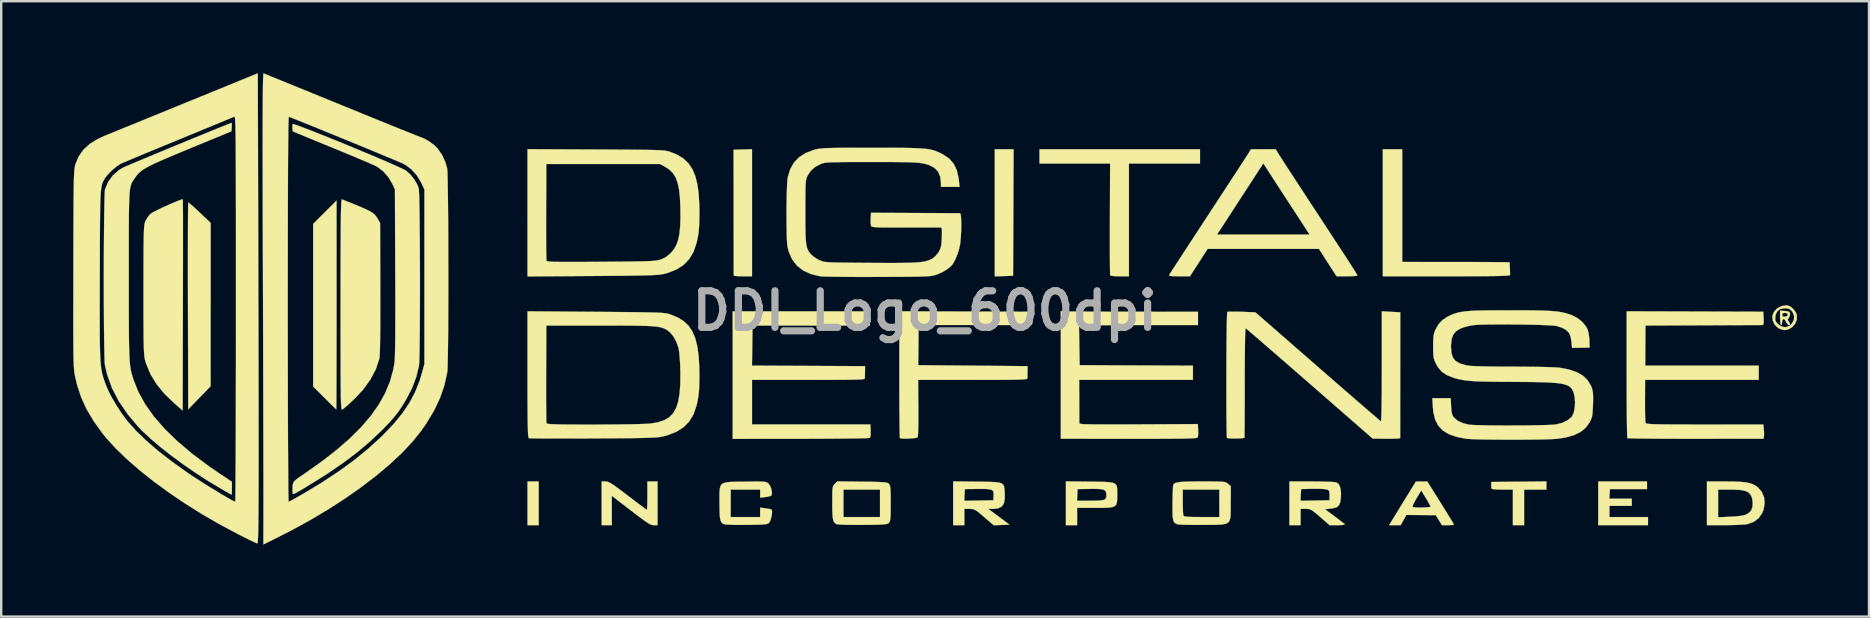
<source format=kicad_pcb>
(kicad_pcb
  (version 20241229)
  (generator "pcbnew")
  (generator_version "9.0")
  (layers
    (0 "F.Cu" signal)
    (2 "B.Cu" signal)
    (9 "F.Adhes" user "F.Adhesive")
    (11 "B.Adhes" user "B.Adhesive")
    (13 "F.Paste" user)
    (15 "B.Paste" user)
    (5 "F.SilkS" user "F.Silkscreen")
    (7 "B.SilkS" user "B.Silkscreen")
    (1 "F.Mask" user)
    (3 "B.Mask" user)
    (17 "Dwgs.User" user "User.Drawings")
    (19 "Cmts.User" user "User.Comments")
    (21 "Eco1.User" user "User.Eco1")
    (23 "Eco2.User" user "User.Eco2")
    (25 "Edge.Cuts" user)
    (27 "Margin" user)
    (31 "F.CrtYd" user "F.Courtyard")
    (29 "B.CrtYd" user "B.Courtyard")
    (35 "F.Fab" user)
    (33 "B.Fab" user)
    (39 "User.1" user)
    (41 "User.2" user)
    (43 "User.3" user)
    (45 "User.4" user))
  (footprint "DDI_Logo_600dpi"
    (layer "F.Cu")
    (at 35.485 9.902)
    (property "Reference" "DDI_Logo_600dpi" (at 0 0 0) (layer "F.Fab") (effects (font (size 1.524 1.524) (thickness 0.3))))
    (attr through_hole)
    (fp_poly (pts (xy -16.087 8.932) (xy -16.552 8.932) (xy -16.552 7.112) (xy -16.087 7.112) (xy -16.087 8.932)) (stroke (width 0.01) (type solid)) (fill yes) (layer "F.SilkS"))
    (fp_poly (pts (xy 3.693 -4.096) (xy 3.682 -1.46) (xy 3.302 -1.448) (xy 2.921 -1.436) (xy 2.921 -6.731) (xy 3.704 -6.731) (xy 3.693 -4.096)) (stroke (width 0.01) (type solid)) (fill yes) (layer "F.SilkS"))
    (fp_poly (pts (xy 30.099 7.271) (xy 30.099 7.429) (xy 28.554 7.429) (xy 28.541 7.631) (xy 28.528 7.832) (xy 29.464 7.832) (xy 29.464 8.128) (xy 28.533 8.128) (xy 28.533 8.594) (xy 30.141 8.594) (xy 30.141 8.932) (xy 28.067 8.932) (xy 28.067 7.112) (xy 30.099 7.112) (xy 30.099 7.271)) (stroke (width 0.01) (type solid)) (fill yes) (layer "F.SilkS"))
    (fp_poly (pts (xy 25.908 7.451) (xy 24.977 7.451) (xy 24.977 8.932) (xy 24.511 8.932) (xy 24.511 7.451) (xy 24.067 7.451) (xy 23.865 7.447) (xy 23.716 7.436) (xy 23.632 7.42) (xy 23.618 7.408) (xy 23.613 7.337) (xy 23.609 7.25) (xy 23.605 7.133) (xy 24.757 7.122) (xy 25.908 7.111) (xy 25.908 7.451)) (stroke (width 0.01) (type solid)) (fill yes) (layer "F.SilkS"))
    (fp_poly (pts (xy -7.197 -1.439) (xy -7.578 -1.439) (xy -7.746 -1.443) (xy -7.876 -1.451) (xy -7.949 -1.464) (xy -7.959 -1.471) (xy -7.959 -1.518) (xy -7.959 -1.642) (xy -7.96 -1.836) (xy -7.96 -2.093) (xy -7.96 -2.405) (xy -7.96 -2.765) (xy -7.961 -3.166) (xy -7.961 -3.6) (xy -7.962 -4.059) (xy -7.962 -4.106) (xy -7.964 -6.71) (xy -7.197 -6.734) (xy -7.197 -1.439)) (stroke (width 0.01) (type solid)) (fill yes) (layer "F.SilkS"))
    (fp_poly (pts (xy -24.511 -0.243) (xy -24.511 0.356) (xy -24.511 0.931) (xy -24.512 1.475) (xy -24.513 1.984) (xy -24.513 2.452) (xy -24.514 2.873) (xy -24.516 3.242) (xy -24.517 3.553) (xy -24.518 3.8) (xy -24.52 3.978) (xy -24.521 4.081) (xy -24.522 4.106) (xy -24.554 4.078) (xy -24.636 4) (xy -24.756 3.881) (xy -24.905 3.733) (xy -25.009 3.629) (xy -25.485 3.153) (xy -25.485 -3.621) (xy -24.998 -4.106) (xy -24.511 -4.592) (xy -24.511 -0.243)) (stroke (width 0.01) (type solid)) (fill yes) (layer "F.SilkS"))
    (fp_poly (pts (xy 11.472 -6.138) (xy 8.509 -6.138) (xy 8.509 -1.439) (xy 8.13 -1.439) (xy 7.96 -1.443) (xy 7.824 -1.453) (xy 7.743 -1.467) (xy 7.73 -1.474) (xy 7.726 -1.522) (xy 7.723 -1.647) (xy 7.72 -1.841) (xy 7.718 -2.095) (xy 7.716 -2.404) (xy 7.716 -2.757) (xy 7.716 -3.149) (xy 7.716 -3.57) (xy 7.717 -3.824) (xy 7.726 -6.138) (xy 6.255 -6.138) (xy 4.784 -6.138) (xy 4.784 -6.731) (xy 11.472 -6.731) (xy 11.472 -6.138)) (stroke (width 0.01) (type solid)) (fill yes) (layer "F.SilkS"))
    (fp_poly (pts (xy -30.651 -4.488) (xy -30.564 -4.417) (xy -30.439 -4.306) (xy -30.287 -4.166) (xy -30.21 -4.094) (xy -29.756 -3.662) (xy -29.758 -0.259) (xy -29.759 3.143) (xy -30.225 3.624) (xy -30.691 4.105) (xy -30.702 -0.195) (xy -30.703 -0.791) (xy -30.704 -1.363) (xy -30.704 -1.905) (xy -30.704 -2.411) (xy -30.703 -2.876) (xy -30.702 -3.295) (xy -30.701 -3.661) (xy -30.699 -3.969) (xy -30.697 -4.213) (xy -30.694 -4.388) (xy -30.691 -4.488) (xy -30.689 -4.51) (xy -30.651 -4.488)) (stroke (width 0.01) (type solid)) (fill yes) (layer "F.SilkS"))
    (fp_poly (pts (xy 19.897 -2.036) (xy 22.126 -2.034) (xy 22.552 -2.034) (xy 22.952 -2.033) (xy 23.317 -2.032) (xy 23.641 -2.03) (xy 23.915 -2.028) (xy 24.131 -2.026) (xy 24.281 -2.024) (xy 24.358 -2.022) (xy 24.367 -2.021) (xy 24.374 -1.976) (xy 24.381 -1.876) (xy 24.387 -1.747) (xy 24.391 -1.619) (xy 24.391 -1.519) (xy 24.389 -1.492) (xy 24.372 -1.481) (xy 24.318 -1.471) (xy 24.223 -1.463) (xy 24.082 -1.457) (xy 23.889 -1.451) (xy 23.639 -1.447) (xy 23.327 -1.444) (xy 22.949 -1.441) (xy 22.498 -1.44) (xy 21.969 -1.439) (xy 21.738 -1.439) (xy 19.092 -1.439) (xy 19.092 -6.731) (xy 19.897 -6.731) (xy 19.897 -2.036)) (stroke (width 0.01) (type solid)) (fill yes) (layer "F.SilkS"))
    (fp_poly (pts (xy -11.134 8.932) (xy -11.293 8.932) (xy -11.351 8.927) (xy -11.415 8.907) (xy -11.496 8.867) (xy -11.602 8.8) (xy -11.743 8.701) (xy -11.93 8.562) (xy -12.17 8.378) (xy -12.245 8.32) (xy -13.039 7.708) (xy -13.039 8.932) (xy -13.462 8.932) (xy -13.462 7.112) (xy -13.303 7.112) (xy -13.244 7.117) (xy -13.179 7.138) (xy -13.096 7.179) (xy -12.987 7.247) (xy -12.842 7.349) (xy -12.651 7.49) (xy -12.405 7.677) (xy -12.369 7.705) (xy -12.147 7.873) (xy -11.949 8.023) (xy -11.783 8.147) (xy -11.66 8.238) (xy -11.589 8.289) (xy -11.575 8.297) (xy -11.569 8.258) (xy -11.563 8.148) (xy -11.559 7.985) (xy -11.557 7.782) (xy -11.557 7.705) (xy -11.557 7.112) (xy -11.134 7.112) (xy -11.134 8.932)) (stroke (width 0.01) (type solid)) (fill yes) (layer "F.SilkS"))
    (fp_poly (pts (xy 35.846 0.008) (xy 35.97 0.022) (xy 36.033 0.05) (xy 36.058 0.104) (xy 36.061 0.12) (xy 36.045 0.23) (xy 36.008 0.292) (xy 35.965 0.358) (xy 35.984 0.42) (xy 36.003 0.447) (xy 36.06 0.54) (xy 36.05 0.585) (xy 36.01 0.593) (xy 35.955 0.557) (xy 35.901 0.472) (xy 35.899 0.466) (xy 35.846 0.378) (xy 35.791 0.339) (xy 35.788 0.339) (xy 35.743 0.377) (xy 35.729 0.466) (xy 35.717 0.555) (xy 35.688 0.593) (xy 35.687 0.593) (xy 35.665 0.553) (xy 35.65 0.448) (xy 35.645 0.296) (xy 35.645 0.294) (xy 35.645 0.169) (xy 35.729 0.169) (xy 35.761 0.237) (xy 35.84 0.253) (xy 35.936 0.216) (xy 35.973 0.163) (xy 35.942 0.113) (xy 35.858 0.086) (xy 35.833 0.085) (xy 35.751 0.106) (xy 35.729 0.169) (xy 35.645 0.169) (xy 35.645 -0.005) (xy 35.846 0.008)) (stroke (width 0.01) (type solid)) (fill yes) (layer "F.SilkS"))
    (fp_poly (pts (xy 35.972 -0.221) (xy 36.088 -0.168) (xy 36.206 -0.063) (xy 36.301 0.069) (xy 36.345 0.185) (xy 36.34 0.371) (xy 36.268 0.545) (xy 36.142 0.687) (xy 35.98 0.779) (xy 35.835 0.804) (xy 35.712 0.781) (xy 35.581 0.726) (xy 35.568 0.719) (xy 35.429 0.588) (xy 35.343 0.415) (xy 35.338 0.367) (xy 35.439 0.367) (xy 35.469 0.453) (xy 35.551 0.548) (xy 35.706 0.655) (xy 35.868 0.685) (xy 36.023 0.637) (xy 36.128 0.547) (xy 36.22 0.382) (xy 36.231 0.211) (xy 36.163 0.048) (xy 36.135 0.013) (xy 36.05 -0.065) (xy 35.952 -0.1) (xy 35.84 -0.106) (xy 35.657 -0.077) (xy 35.532 0.013) (xy 35.46 0.168) (xy 35.446 0.246) (xy 35.439 0.367) (xy 35.338 0.367) (xy 35.325 0.226) (xy 35.33 0.192) (xy 35.401 0.027) (xy 35.533 -0.107) (xy 35.707 -0.196) (xy 35.901 -0.227) (xy 35.972 -0.221)) (stroke (width 0.01) (type solid)) (fill yes) (layer "F.SilkS"))
    (fp_poly (pts (xy 21.499 8.001) (xy 21.652 8.246) (xy 21.789 8.468) (xy 21.904 8.654) (xy 21.991 8.797) (xy 22.043 8.886) (xy 22.056 8.911) (xy 22.017 8.922) (xy 21.917 8.93) (xy 21.805 8.932) (xy 21.555 8.932) (xy 21.427 8.725) (xy 21.3 8.517) (xy 20.686 8.511) (xy 20.073 8.506) (xy 19.953 8.719) (xy 19.833 8.932) (xy 19.593 8.932) (xy 19.353 8.932) (xy 19.822 8.168) (xy 20.329 8.168) (xy 20.334 8.177) (xy 20.394 8.191) (xy 20.508 8.198) (xy 20.653 8.2) (xy 20.806 8.197) (xy 20.944 8.19) (xy 21.044 8.178) (xy 21.082 8.163) (xy 21.061 8.115) (xy 21.006 8.013) (xy 20.927 7.876) (xy 20.887 7.809) (xy 20.691 7.487) (xy 20.491 7.818) (xy 20.401 7.978) (xy 20.345 8.099) (xy 20.329 8.168) (xy 19.822 8.168) (xy 19.91 8.024) (xy 20.468 7.116) (xy 20.706 7.114) (xy 20.943 7.112) (xy 21.499 8.001)) (stroke (width 0.01) (type solid)) (fill yes) (layer "F.SilkS"))
    (fp_poly (pts (xy 6.878 7.12) (xy 7.219 7.125) (xy 7.484 7.13) (xy 7.684 7.142) (xy 7.827 7.163) (xy 7.923 7.2) (xy 7.981 7.256) (xy 8.011 7.336) (xy 8.022 7.444) (xy 8.022 7.585) (xy 8.022 7.668) (xy 8.021 7.845) (xy 8.01 7.979) (xy 7.979 8.075) (xy 7.918 8.141) (xy 7.816 8.181) (xy 7.663 8.203) (xy 7.449 8.211) (xy 7.162 8.213) (xy 6.35 8.213) (xy 6.35 8.932) (xy 5.884 8.932) (xy 5.884 7.916) (xy 6.346 7.916) (xy 6.89 7.916) (xy 7.159 7.912) (xy 7.349 7.901) (xy 7.468 7.88) (xy 7.509 7.862) (xy 7.562 7.789) (xy 7.572 7.667) (xy 7.57 7.642) (xy 7.556 7.557) (xy 7.523 7.496) (xy 7.457 7.455) (xy 7.348 7.432) (xy 7.183 7.421) (xy 6.95 7.421) (xy 6.845 7.422) (xy 6.371 7.429) (xy 6.358 7.673) (xy 6.346 7.916) (xy 5.884 7.916) (xy 5.884 7.108) (xy 6.878 7.12)) (stroke (width 0.01) (type solid)) (fill yes) (layer "F.SilkS"))
    (fp_poly (pts (xy -2.286 0.318) (xy -2.286 0.614) (xy -7.176 0.614) (xy -7.187 1.45) (xy -7.198 2.285) (xy -4.842 2.296) (xy -2.486 2.307) (xy -2.489 2.529) (xy -2.491 2.669) (xy -2.494 2.779) (xy -2.495 2.815) (xy -2.503 2.829) (xy -2.532 2.841) (xy -2.587 2.85) (xy -2.675 2.858) (xy -2.803 2.865) (xy -2.975 2.87) (xy -3.2 2.873) (xy -3.482 2.876) (xy -3.829 2.877) (xy -4.247 2.878) (xy -4.742 2.879) (xy -4.847 2.879) (xy -7.197 2.879) (xy -7.197 4.737) (xy -4.731 4.737) (xy -2.265 4.737) (xy -2.252 5) (xy -2.252 5.175) (xy -2.274 5.274) (xy -2.293 5.296) (xy -2.344 5.302) (xy -2.472 5.308) (xy -2.671 5.313) (xy -2.933 5.318) (xy -3.251 5.322) (xy -3.618 5.326) (xy -4.027 5.329) (xy -4.471 5.331) (xy -4.943 5.333) (xy -5.174 5.333) (xy -8.001 5.336) (xy -8.001 2.679) (xy -8.001 0.021) (xy -2.286 0.021) (xy -2.286 0.318)) (stroke (width 0.01) (type solid)) (fill yes) (layer "F.SilkS"))
    (fp_poly (pts (xy 33.724 7.116) (xy 34.004 7.128) (xy 34.225 7.151) (xy 34.399 7.187) (xy 34.538 7.238) (xy 34.656 7.307) (xy 34.717 7.355) (xy 34.881 7.545) (xy 34.977 7.774) (xy 35.002 8.028) (xy 34.954 8.291) (xy 34.907 8.411) (xy 34.762 8.63) (xy 34.558 8.788) (xy 34.296 8.886) (xy 34.29 8.887) (xy 34.185 8.901) (xy 34.013 8.914) (xy 33.794 8.924) (xy 33.545 8.93) (xy 33.348 8.931) (xy 32.597 8.932) (xy 32.597 7.451) (xy 33.062 7.451) (xy 33.062 8.605) (xy 33.56 8.583) (xy 33.815 8.566) (xy 34.026 8.541) (xy 34.177 8.509) (xy 34.213 8.496) (xy 34.334 8.426) (xy 34.429 8.337) (xy 34.438 8.324) (xy 34.492 8.181) (xy 34.506 7.999) (xy 34.48 7.815) (xy 34.439 7.706) (xy 34.372 7.608) (xy 34.278 7.538) (xy 34.146 7.491) (xy 33.961 7.463) (xy 33.711 7.452) (xy 33.572 7.451) (xy 33.062 7.451) (xy 32.597 7.451) (xy 32.597 7.112) (xy 33.372 7.112) (xy 33.724 7.116)) (stroke (width 0.01) (type solid)) (fill yes) (layer "F.SilkS"))
    (fp_poly (pts (xy 2.179 7.12) (xy 2.516 7.125) (xy 2.778 7.131) (xy 2.975 7.142) (xy 3.117 7.162) (xy 3.212 7.195) (xy 3.272 7.244) (xy 3.305 7.314) (xy 3.322 7.408) (xy 3.331 7.53) (xy 3.334 7.568) (xy 3.337 7.828) (xy 3.301 8.018) (xy 3.22 8.147) (xy 3.086 8.223) (xy 2.895 8.253) (xy 2.822 8.255) (xy 2.652 8.255) (xy 3.091 8.583) (xy 3.53 8.911) (xy 3.202 8.924) (xy 2.874 8.936) (xy 2.479 8.595) (xy 2.311 8.453) (xy 2.191 8.357) (xy 2.102 8.298) (xy 2.026 8.268) (xy 1.948 8.257) (xy 1.867 8.255) (xy 1.651 8.255) (xy 1.651 8.932) (xy 1.185 8.932) (xy 1.185 7.919) (xy 1.647 7.919) (xy 2.252 7.907) (xy 2.857 7.895) (xy 2.87 7.694) (xy 2.872 7.592) (xy 2.853 7.518) (xy 2.803 7.469) (xy 2.711 7.44) (xy 2.563 7.425) (xy 2.35 7.422) (xy 2.179 7.423) (xy 1.672 7.429) (xy 1.647 7.919) (xy 1.185 7.919) (xy 1.185 7.108) (xy 2.179 7.12)) (stroke (width 0.01) (type solid)) (fill yes) (layer "F.SilkS"))
    (fp_poly (pts (xy 16.404 7.114) (xy 16.659 7.119) (xy 16.876 7.126) (xy 17.041 7.136) (xy 17.142 7.147) (xy 17.159 7.152) (xy 17.26 7.234) (xy 17.324 7.388) (xy 17.348 7.608) (xy 17.343 7.774) (xy 17.316 7.974) (xy 17.262 8.106) (xy 17.166 8.186) (xy 17.014 8.23) (xy 16.92 8.242) (xy 16.68 8.267) (xy 17.071 8.559) (xy 17.23 8.679) (xy 17.366 8.783) (xy 17.462 8.858) (xy 17.503 8.892) (xy 17.486 8.913) (xy 17.392 8.927) (xy 17.227 8.932) (xy 17.206 8.932) (xy 16.87 8.931) (xy 16.481 8.593) (xy 16.315 8.451) (xy 16.197 8.355) (xy 16.108 8.297) (xy 16.033 8.267) (xy 15.954 8.256) (xy 15.878 8.255) (xy 15.663 8.255) (xy 15.663 8.932) (xy 15.198 8.932) (xy 15.198 7.919) (xy 15.659 7.919) (xy 16.264 7.907) (xy 16.87 7.895) (xy 16.87 7.686) (xy 16.866 7.561) (xy 16.845 7.494) (xy 16.793 7.459) (xy 16.731 7.441) (xy 16.631 7.427) (xy 16.471 7.418) (xy 16.277 7.416) (xy 16.139 7.417) (xy 15.684 7.429) (xy 15.672 7.674) (xy 15.659 7.919) (xy 15.198 7.919) (xy 15.198 7.112) (xy 16.126 7.112) (xy 16.404 7.114)) (stroke (width 0.01) (type solid)) (fill yes) (layer "F.SilkS"))
    (fp_poly (pts (xy -30.917 -4.642) (xy -30.915 -4.599) (xy -30.914 -4.477) (xy -30.913 -4.281) (xy -30.911 -4.017) (xy -30.911 -3.69) (xy -30.91 -3.308) (xy -30.91 -2.874) (xy -30.91 -2.394) (xy -30.911 -1.874) (xy -30.912 -1.32) (xy -30.913 -0.738) (xy -30.914 -0.236) (xy -30.924 4.156) (xy -31.263 3.862) (xy -31.68 3.461) (xy -32.014 3.052) (xy -32.27 2.63) (xy -32.45 2.191) (xy -32.491 2.051) (xy -32.504 1.989) (xy -32.516 1.912) (xy -32.526 1.814) (xy -32.534 1.686) (xy -32.541 1.524) (xy -32.546 1.32) (xy -32.55 1.068) (xy -32.552 0.762) (xy -32.554 0.394) (xy -32.555 -0.042) (xy -32.555 -0.551) (xy -32.555 -0.885) (xy -32.554 -1.43) (xy -32.553 -1.897) (xy -32.552 -2.293) (xy -32.55 -2.623) (xy -32.547 -2.895) (xy -32.543 -3.115) (xy -32.538 -3.289) (xy -32.532 -3.425) (xy -32.524 -3.528) (xy -32.514 -3.605) (xy -32.502 -3.663) (xy -32.488 -3.708) (xy -32.474 -3.742) (xy -32.393 -3.883) (xy -32.292 -4.012) (xy -32.27 -4.034) (xy -32.203 -4.079) (xy -32.079 -4.146) (xy -31.915 -4.228) (xy -31.726 -4.318) (xy -31.527 -4.408) (xy -31.334 -4.493) (xy -31.161 -4.565) (xy -31.024 -4.617) (xy -30.938 -4.643) (xy -30.917 -4.642)) (stroke (width 0.01) (type solid)) (fill yes) (layer "F.SilkS"))
    (fp_poly (pts (xy -2.605 7.12) (xy -2.278 7.125) (xy -2.026 7.13) (xy -1.838 7.137) (xy -1.703 7.146) (xy -1.61 7.158) (xy -1.549 7.173) (xy -1.511 7.194) (xy -1.494 7.209) (xy -1.466 7.245) (xy -1.446 7.298) (xy -1.432 7.382) (xy -1.424 7.507) (xy -1.42 7.689) (xy -1.418 7.939) (xy -1.418 8.022) (xy -1.419 8.293) (xy -1.422 8.492) (xy -1.43 8.633) (xy -1.442 8.726) (xy -1.46 8.787) (xy -1.485 8.826) (xy -1.494 8.836) (xy -1.525 8.86) (xy -1.572 8.878) (xy -1.645 8.892) (xy -1.754 8.903) (xy -1.912 8.91) (xy -2.127 8.915) (xy -2.412 8.919) (xy -2.573 8.92) (xy -2.861 8.921) (xy -3.125 8.919) (xy -3.351 8.914) (xy -3.527 8.907) (xy -3.638 8.897) (xy -3.67 8.891) (xy -3.734 8.855) (xy -3.781 8.801) (xy -3.814 8.717) (xy -3.835 8.591) (xy -3.847 8.41) (xy -3.852 8.163) (xy -3.852 8.002) (xy -3.852 7.747) (xy -3.849 7.563) (xy -3.844 7.451) (xy -3.387 7.451) (xy -3.387 8.594) (xy -1.863 8.594) (xy -1.863 7.451) (xy -3.387 7.451) (xy -3.844 7.451) (xy -3.843 7.435) (xy -3.83 7.35) (xy -3.81 7.292) (xy -3.78 7.249) (xy -3.746 7.214) (xy -3.64 7.108) (xy -2.605 7.12)) (stroke (width 0.01) (type solid)) (fill yes) (layer "F.SilkS"))
    (fp_poly (pts (xy 5.768 0.025) (xy 5.826 0.027) (xy 5.961 0.028) (xy 6.166 0.03) (xy 6.434 0.032) (xy 6.757 0.034) (xy 7.128 0.035) (xy 7.54 0.037) (xy 7.985 0.038) (xy 8.456 0.039) (xy 8.625 0.039) (xy 11.388 0.042) (xy 11.388 0.593) (xy 9.02 0.593) (xy 8.484 0.593) (xy 8.004 0.596) (xy 7.584 0.599) (xy 7.229 0.604) (xy 6.943 0.611) (xy 6.73 0.618) (xy 6.593 0.627) (xy 6.541 0.635) (xy 6.43 0.677) (xy 6.443 1.471) (xy 6.456 2.265) (xy 8.816 2.276) (xy 11.176 2.287) (xy 11.176 2.879) (xy 6.436 2.879) (xy 6.44 3.788) (xy 6.443 4.697) (xy 6.576 4.721) (xy 6.643 4.725) (xy 6.786 4.729) (xy 6.997 4.732) (xy 7.269 4.734) (xy 7.592 4.735) (xy 7.958 4.735) (xy 8.36 4.735) (xy 8.789 4.734) (xy 9.046 4.732) (xy 11.381 4.72) (xy 11.395 4.967) (xy 11.397 5.112) (xy 11.388 5.227) (xy 11.375 5.274) (xy 11.358 5.286) (xy 11.319 5.297) (xy 11.252 5.306) (xy 11.152 5.313) (xy 11.011 5.319) (xy 10.826 5.324) (xy 10.59 5.328) (xy 10.297 5.33) (xy 9.942 5.332) (xy 9.518 5.333) (xy 9.021 5.334) (xy 8.507 5.333) (xy 5.673 5.332) (xy 5.673 0.014) (xy 5.768 0.025)) (stroke (width 0.01) (type solid)) (fill yes) (layer "F.SilkS"))
    (fp_poly (pts (xy -23.929 -4.501) (xy -23.639 -4.384) (xy -23.411 -4.287) (xy -23.234 -4.207) (xy -23.101 -4.138) (xy -23.002 -4.076) (xy -22.929 -4.015) (xy -22.873 -3.951) (xy -22.824 -3.879) (xy -22.795 -3.831) (xy -22.696 -3.662) (xy -22.688 -0.931) (xy -22.687 -0.29) (xy -22.688 0.269) (xy -22.69 0.747) (xy -22.694 1.146) (xy -22.699 1.467) (xy -22.706 1.713) (xy -22.715 1.885) (xy -22.725 1.985) (xy -22.728 1.998) (xy -22.874 2.437) (xy -23.103 2.87) (xy -23.411 3.293) (xy -23.798 3.702) (xy -23.8 3.704) (xy -23.956 3.847) (xy -24.094 3.971) (xy -24.202 4.063) (xy -24.264 4.11) (xy -24.266 4.111) (xy -24.278 4.115) (xy -24.289 4.109) (xy -24.298 4.089) (xy -24.307 4.05) (xy -24.314 3.988) (xy -24.32 3.897) (xy -24.325 3.773) (xy -24.329 3.611) (xy -24.333 3.407) (xy -24.336 3.155) (xy -24.338 2.852) (xy -24.339 2.491) (xy -24.34 2.07) (xy -24.341 1.582) (xy -24.341 1.023) (xy -24.342 0.388) (xy -24.342 -0.257) (xy -24.341 -0.989) (xy -24.341 -1.64) (xy -24.34 -2.215) (xy -24.338 -2.717) (xy -24.336 -3.15) (xy -24.334 -3.52) (xy -24.33 -3.828) (xy -24.326 -4.081) (xy -24.322 -4.281) (xy -24.316 -4.433) (xy -24.31 -4.541) (xy -24.302 -4.609) (xy -24.294 -4.641) (xy -24.289 -4.645) (xy -23.929 -4.501)) (stroke (width 0.01) (type solid)) (fill yes) (layer "F.SilkS"))
    (fp_poly (pts (xy -6.821 7.116) (xy -6.707 7.122) (xy -6.63 7.134) (xy -6.577 7.152) (xy -6.538 7.178) (xy -6.506 7.205) (xy -6.437 7.303) (xy -6.388 7.437) (xy -6.366 7.574) (xy -6.38 7.681) (xy -6.388 7.695) (xy -6.441 7.721) (xy -6.551 7.747) (xy -6.636 7.76) (xy -6.858 7.785) (xy -6.858 7.451) (xy -8.086 7.451) (xy -8.086 8.594) (xy -6.858 8.594) (xy -6.858 8.202) (xy -6.638 8.231) (xy -6.507 8.251) (xy -6.412 8.271) (xy -6.384 8.281) (xy -6.363 8.338) (xy -6.365 8.446) (xy -6.387 8.579) (xy -6.422 8.708) (xy -6.466 8.805) (xy -6.482 8.826) (xy -6.515 8.855) (xy -6.56 8.877) (xy -6.627 8.893) (xy -6.729 8.904) (xy -6.878 8.911) (xy -7.085 8.916) (xy -7.364 8.92) (xy -7.42 8.92) (xy -7.686 8.921) (xy -7.928 8.919) (xy -8.131 8.913) (xy -8.281 8.904) (xy -8.363 8.893) (xy -8.369 8.891) (xy -8.433 8.855) (xy -8.481 8.801) (xy -8.514 8.716) (xy -8.535 8.589) (xy -8.546 8.407) (xy -8.551 8.158) (xy -8.551 8.008) (xy -8.553 7.738) (xy -8.55 7.53) (xy -8.533 7.376) (xy -8.493 7.267) (xy -8.42 7.196) (xy -8.304 7.154) (xy -8.135 7.133) (xy -7.904 7.125) (xy -7.6 7.122) (xy -7.502 7.12) (xy -7.206 7.116) (xy -6.983 7.115) (xy -6.821 7.116)) (stroke (width 0.01) (type solid)) (fill yes) (layer "F.SilkS"))
    (fp_poly (pts (xy 11.868 7.112) (xy 12.105 7.114) (xy 12.281 7.117) (xy 12.407 7.124) (xy 12.493 7.135) (xy 12.552 7.152) (xy 12.596 7.175) (xy 12.635 7.206) (xy 12.641 7.211) (xy 12.757 7.311) (xy 12.751 8.023) (xy 12.751 8.286) (xy 12.748 8.492) (xy 12.733 8.647) (xy 12.698 8.759) (xy 12.632 8.834) (xy 12.526 8.881) (xy 12.372 8.906) (xy 12.16 8.916) (xy 11.88 8.919) (xy 11.588 8.92) (xy 11.303 8.921) (xy 11.043 8.919) (xy 10.822 8.915) (xy 10.651 8.908) (xy 10.545 8.899) (xy 10.518 8.893) (xy 10.449 8.859) (xy 10.398 8.815) (xy 10.364 8.748) (xy 10.342 8.645) (xy 10.33 8.495) (xy 10.326 8.284) (xy 10.327 8.024) (xy 10.33 7.785) (xy 10.336 7.573) (xy 10.341 7.451) (xy 10.753 7.451) (xy 10.753 7.955) (xy 10.755 8.159) (xy 10.76 8.335) (xy 10.769 8.465) (xy 10.778 8.527) (xy 10.798 8.551) (xy 10.843 8.569) (xy 10.925 8.581) (xy 11.056 8.589) (xy 11.247 8.593) (xy 11.51 8.594) (xy 11.54 8.594) (xy 12.277 8.594) (xy 12.277 7.451) (xy 10.753 7.451) (xy 10.341 7.451) (xy 10.343 7.403) (xy 10.352 7.291) (xy 10.358 7.257) (xy 10.385 7.213) (xy 10.436 7.179) (xy 10.52 7.153) (xy 10.646 7.134) (xy 10.824 7.122) (xy 11.063 7.115) (xy 11.372 7.112) (xy 11.557 7.112) (xy 11.868 7.112)) (stroke (width 0.01) (type solid)) (fill yes) (layer "F.SilkS"))
    (fp_poly (pts (xy 4.466 0.039) (xy 4.479 0.316) (xy 4.484 0.464) (xy 4.477 0.547) (xy 4.454 0.584) (xy 4.408 0.593) (xy 4.394 0.593) (xy 4.334 0.593) (xy 4.198 0.594) (xy 3.993 0.594) (xy 3.728 0.593) (xy 3.411 0.593) (xy 3.051 0.593) (xy 2.655 0.593) (xy 2.231 0.593) (xy 2.021 0.593) (xy -0.254 0.591) (xy -0.26 1.322) (xy -0.263 1.57) (xy -0.265 1.795) (xy -0.268 1.98) (xy -0.27 2.109) (xy -0.271 2.159) (xy -0.275 2.265) (xy 4.287 2.307) (xy 4.284 2.529) (xy 4.282 2.669) (xy 4.28 2.779) (xy 4.278 2.815) (xy 4.27 2.829) (xy 4.241 2.841) (xy 4.185 2.851) (xy 4.096 2.859) (xy 3.968 2.865) (xy 3.793 2.87) (xy 3.566 2.874) (xy 3.281 2.876) (xy 2.929 2.878) (xy 2.507 2.878) (xy 2.006 2.879) (xy 2 2.879) (xy -0.275 2.879) (xy -0.266 4.05) (xy -0.264 4.403) (xy -0.266 4.706) (xy -0.271 4.952) (xy -0.279 5.133) (xy -0.289 5.243) (xy -0.297 5.272) (xy -0.355 5.293) (xy -0.471 5.31) (xy -0.62 5.321) (xy -0.777 5.326) (xy -0.915 5.324) (xy -1.01 5.312) (xy -1.034 5.302) (xy -1.038 5.257) (xy -1.042 5.134) (xy -1.046 4.941) (xy -1.049 4.685) (xy -1.052 4.373) (xy -1.055 4.014) (xy -1.057 3.613) (xy -1.058 3.179) (xy -1.058 2.718) (xy -1.058 2.649) (xy -1.058 0.021) (xy 4.466 0.039)) (stroke (width 0.01) (type solid)) (fill yes) (layer "F.SilkS"))
    (fp_poly (pts (xy 34.946 0.038) (xy 34.959 0.315) (xy 34.963 0.465) (xy 34.955 0.549) (xy 34.931 0.586) (xy 34.895 0.593) (xy 34.84 0.593) (xy 34.708 0.594) (xy 34.506 0.594) (xy 34.244 0.595) (xy 33.929 0.597) (xy 33.568 0.598) (xy 33.169 0.6) (xy 32.742 0.602) (xy 32.427 0.603) (xy 30.035 0.614) (xy 30.03 1.45) (xy 30.024 2.286) (xy 34.756 2.286) (xy 34.756 2.879) (xy 30.02 2.879) (xy 30.016 3.74) (xy 30.016 4.005) (xy 30.018 4.244) (xy 30.023 4.443) (xy 30.029 4.587) (xy 30.037 4.664) (xy 30.038 4.669) (xy 30.05 4.684) (xy 30.077 4.696) (xy 30.127 4.706) (xy 30.205 4.715) (xy 30.318 4.722) (xy 30.472 4.727) (xy 30.674 4.731) (xy 30.929 4.734) (xy 31.246 4.736) (xy 31.629 4.737) (xy 32.085 4.738) (xy 32.505 4.738) (xy 34.946 4.739) (xy 34.967 4.92) (xy 34.977 5.064) (xy 34.976 5.193) (xy 34.973 5.216) (xy 34.958 5.331) (xy 32.134 5.333) (xy 31.653 5.333) (xy 31.196 5.332) (xy 30.772 5.331) (xy 30.387 5.328) (xy 30.048 5.325) (xy 29.762 5.322) (xy 29.536 5.318) (xy 29.378 5.314) (xy 29.293 5.309) (xy 29.281 5.307) (xy 29.276 5.26) (xy 29.271 5.136) (xy 29.267 4.943) (xy 29.263 4.686) (xy 29.259 4.374) (xy 29.257 4.014) (xy 29.254 3.613) (xy 29.253 3.178) (xy 29.252 2.717) (xy 29.252 2.649) (xy 29.252 0.021) (xy 34.946 0.038)) (stroke (width 0.01) (type solid)) (fill yes) (layer "F.SilkS"))
    (fp_poly (pts (xy 14.713 -6.589) (xy 14.734 -6.554) (xy 14.769 -6.498) (xy 14.82 -6.418) (xy 14.89 -6.31) (xy 14.981 -6.17) (xy 15.095 -5.994) (xy 15.234 -5.779) (xy 15.402 -5.522) (xy 15.601 -5.218) (xy 15.832 -4.865) (xy 16.098 -4.457) (xy 16.403 -3.993) (xy 16.747 -3.467) (xy 17.133 -2.877) (xy 17.423 -2.434) (xy 17.586 -2.184) (xy 17.733 -1.957) (xy 17.857 -1.762) (xy 17.953 -1.61) (xy 18.014 -1.509) (xy 18.034 -1.471) (xy 17.994 -1.458) (xy 17.888 -1.447) (xy 17.733 -1.441) (xy 17.6 -1.44) (xy 17.166 -1.44) (xy 17.075 -1.577) (xy 17.016 -1.667) (xy 16.924 -1.809) (xy 16.813 -1.982) (xy 16.705 -2.148) (xy 16.427 -2.582) (xy 14.108 -2.582) (xy 11.79 -2.581) (xy 11.421 -2.01) (xy 11.053 -1.439) (xy 10.604 -1.439) (xy 10.399 -1.442) (xy 10.267 -1.449) (xy 10.199 -1.463) (xy 10.183 -1.486) (xy 10.186 -1.492) (xy 10.219 -1.545) (xy 10.29 -1.654) (xy 10.389 -1.808) (xy 10.508 -1.991) (xy 10.577 -2.095) (xy 10.879 -2.559) (xy 11.188 -3.033) (xy 11.281 -3.175) (xy 12.182 -3.175) (xy 16.041 -3.175) (xy 15.358 -4.223) (xy 15.168 -4.515) (xy 14.977 -4.809) (xy 14.795 -5.089) (xy 14.63 -5.342) (xy 14.494 -5.552) (xy 14.394 -5.706) (xy 14.393 -5.708) (xy 14.11 -6.145) (xy 13.207 -4.755) (xy 13.005 -4.445) (xy 12.816 -4.153) (xy 12.644 -3.889) (xy 12.496 -3.661) (xy 12.377 -3.478) (xy 12.293 -3.347) (xy 12.247 -3.277) (xy 12.243 -3.27) (xy 12.182 -3.175) (xy 11.281 -3.175) (xy 11.498 -3.508) (xy 11.801 -3.971) (xy 12.088 -4.409) (xy 12.352 -4.813) (xy 12.585 -5.169) (xy 12.776 -5.461) (xy 12.935 -5.703) (xy 13.089 -5.94) (xy 13.229 -6.155) (xy 13.344 -6.333) (xy 13.424 -6.457) (xy 13.429 -6.466) (xy 13.597 -6.731) (xy 14.631 -6.731) (xy 14.713 -6.589)) (stroke (width 0.01) (type solid)) (fill yes) (layer "F.SilkS"))
    (fp_poly (pts (xy 19.433 0.042) (xy 19.817 0.064) (xy 19.815 2.667) (xy 19.815 3.129) (xy 19.814 3.566) (xy 19.814 3.97) (xy 19.814 4.335) (xy 19.813 4.652) (xy 19.813 4.915) (xy 19.813 5.116) (xy 19.813 5.248) (xy 19.812 5.303) (xy 19.812 5.304) (xy 19.773 5.316) (xy 19.663 5.325) (xy 19.501 5.331) (xy 19.299 5.332) (xy 19.241 5.332) (xy 18.669 5.325) (xy 16.042 3.033) (xy 15.637 2.681) (xy 15.251 2.345) (xy 14.888 2.029) (xy 14.552 1.737) (xy 14.249 1.475) (xy 13.983 1.245) (xy 13.759 1.052) (xy 13.581 0.9) (xy 13.456 0.793) (xy 13.387 0.736) (xy 13.374 0.727) (xy 13.366 0.765) (xy 13.358 0.883) (xy 13.351 1.077) (xy 13.346 1.342) (xy 13.341 1.673) (xy 13.338 2.065) (xy 13.336 2.515) (xy 13.335 3.002) (xy 13.335 3.434) (xy 13.334 3.839) (xy 13.333 4.21) (xy 13.332 4.539) (xy 13.331 4.818) (xy 13.329 5.04) (xy 13.327 5.197) (xy 13.326 5.282) (xy 13.324 5.294) (xy 13.227 5.308) (xy 13.088 5.317) (xy 12.932 5.321) (xy 12.783 5.32) (xy 12.665 5.313) (xy 12.602 5.301) (xy 12.598 5.298) (xy 12.591 5.246) (xy 12.586 5.119) (xy 12.581 4.927) (xy 12.578 4.676) (xy 12.575 4.377) (xy 12.573 4.039) (xy 12.572 3.669) (xy 12.571 3.278) (xy 12.571 2.873) (xy 12.572 2.464) (xy 12.574 2.059) (xy 12.576 1.668) (xy 12.579 1.299) (xy 12.583 0.961) (xy 12.587 0.663) (xy 12.592 0.413) (xy 12.598 0.221) (xy 12.604 0.096) (xy 12.61 0.046) (xy 12.611 0.045) (xy 12.665 0.038) (xy 12.787 0.035) (xy 12.96 0.035) (xy 13.167 0.041) (xy 13.214 0.042) (xy 13.78 0.064) (xy 16.376 2.328) (xy 16.778 2.679) (xy 17.162 3.013) (xy 17.522 3.326) (xy 17.856 3.615) (xy 18.156 3.876) (xy 18.419 4.103) (xy 18.64 4.293) (xy 18.814 4.442) (xy 18.936 4.546) (xy 19.002 4.6) (xy 19.011 4.607) (xy 19.02 4.569) (xy 19.027 4.451) (xy 19.033 4.26) (xy 19.039 4.001) (xy 19.043 3.679) (xy 19.047 3.3) (xy 19.049 2.87) (xy 19.05 2.393) (xy 19.05 2.321) (xy 19.05 0.021) (xy 19.433 0.042)) (stroke (width 0.01) (type solid)) (fill yes) (layer "F.SilkS"))
    (fp_poly (pts (xy -13.705 -6.722) (xy -13.144 -6.719) (xy -12.661 -6.716) (xy -12.25 -6.714) (xy -11.904 -6.71) (xy -11.616 -6.707) (xy -11.38 -6.703) (xy -11.19 -6.697) (xy -11.039 -6.691) (xy -10.92 -6.683) (xy -10.827 -6.673) (xy -10.753 -6.662) (xy -10.693 -6.648) (xy -10.638 -6.633) (xy -10.594 -6.618) (xy -10.297 -6.495) (xy -10.049 -6.34) (xy -9.845 -6.146) (xy -9.684 -5.906) (xy -9.561 -5.615) (xy -9.473 -5.266) (xy -9.418 -4.851) (xy -9.392 -4.366) (xy -9.389 -4.126) (xy -9.392 -3.787) (xy -9.402 -3.511) (xy -9.423 -3.276) (xy -9.456 -3.061) (xy -9.504 -2.845) (xy -9.511 -2.818) (xy -9.635 -2.455) (xy -9.814 -2.154) (xy -10.052 -1.909) (xy -10.351 -1.719) (xy -10.717 -1.577) (xy -10.873 -1.536) (xy -10.943 -1.522) (xy -11.031 -1.51) (xy -11.143 -1.499) (xy -11.287 -1.49) (xy -11.468 -1.482) (xy -11.693 -1.476) (xy -11.969 -1.47) (xy -12.302 -1.465) (xy -12.698 -1.46) (xy -13.164 -1.456) (xy -13.707 -1.452) (xy -13.854 -1.451) (xy -16.552 -1.433) (xy -16.552 -3.353) (xy -15.778 -3.353) (xy -15.777 -3.008) (xy -15.776 -2.705) (xy -15.773 -2.453) (xy -15.769 -2.261) (xy -15.765 -2.136) (xy -15.761 -2.089) (xy -15.747 -2.075) (xy -15.714 -2.064) (xy -15.654 -2.054) (xy -15.561 -2.047) (xy -15.429 -2.041) (xy -15.25 -2.038) (xy -15.019 -2.036) (xy -14.729 -2.036) (xy -14.374 -2.037) (xy -13.946 -2.039) (xy -13.488 -2.042) (xy -12.988 -2.046) (xy -12.564 -2.05) (xy -12.211 -2.054) (xy -11.92 -2.059) (xy -11.684 -2.064) (xy -11.497 -2.071) (xy -11.349 -2.079) (xy -11.235 -2.089) (xy -11.146 -2.101) (xy -11.076 -2.115) (xy -11.016 -2.131) (xy -11.007 -2.134) (xy -10.8 -2.228) (xy -10.613 -2.376) (xy -10.578 -2.412) (xy -10.451 -2.565) (xy -10.351 -2.74) (xy -10.276 -2.948) (xy -10.223 -3.198) (xy -10.192 -3.501) (xy -10.179 -3.867) (xy -10.182 -4.297) (xy -10.2 -4.714) (xy -10.237 -5.058) (xy -10.297 -5.338) (xy -10.382 -5.563) (xy -10.497 -5.742) (xy -10.645 -5.886) (xy -10.795 -5.986) (xy -11.028 -6.117) (xy -15.769 -6.117) (xy -15.777 -4.135) (xy -15.778 -3.731) (xy -15.778 -3.353) (xy -16.552 -3.353) (xy -16.552 -6.735) (xy -13.705 -6.722)) (stroke (width 0.01) (type solid)) (fill yes) (layer "F.SilkS"))
    (fp_poly (pts (xy -26.292 -7.776) (xy -26.179 -7.739) (xy -26.005 -7.676) (xy -25.777 -7.59) (xy -25.505 -7.485) (xy -25.196 -7.362) (xy -24.858 -7.227) (xy -24.501 -7.082) (xy -24.132 -6.931) (xy -23.759 -6.777) (xy -23.391 -6.624) (xy -23.035 -6.475) (xy -22.701 -6.333) (xy -22.396 -6.202) (xy -22.129 -6.085) (xy -21.907 -5.985) (xy -21.74 -5.907) (xy -21.635 -5.852) (xy -21.611 -5.837) (xy -21.436 -5.68) (xy -21.274 -5.479) (xy -21.149 -5.265) (xy -21.087 -5.101) (xy -21.079 -5.026) (xy -21.071 -4.874) (xy -21.064 -4.653) (xy -21.058 -4.371) (xy -21.052 -4.035) (xy -21.048 -3.653) (xy -21.044 -3.234) (xy -21.04 -2.784) (xy -21.038 -2.313) (xy -21.036 -1.826) (xy -21.035 -1.333) (xy -21.035 -0.841) (xy -21.036 -0.358) (xy -21.038 0.108) (xy -21.04 0.55) (xy -21.043 0.959) (xy -21.047 1.329) (xy -21.052 1.65) (xy -21.058 1.916) (xy -21.065 2.118) (xy -21.072 2.25) (xy -21.076 2.287) (xy -21.187 2.754) (xy -21.363 3.219) (xy -21.612 3.7) (xy -21.623 3.719) (xy -21.779 3.975) (xy -21.933 4.2) (xy -22.1 4.415) (xy -22.296 4.639) (xy -22.536 4.89) (xy -22.645 4.999) (xy -23.13 5.457) (xy -23.658 5.901) (xy -24.239 6.339) (xy -24.884 6.781) (xy -25.4 7.108) (xy -25.689 7.285) (xy -25.914 7.422) (xy -26.082 7.52) (xy -26.201 7.586) (xy -26.278 7.623) (xy -26.32 7.634) (xy -26.336 7.624) (xy -26.337 7.622) (xy -26.341 7.548) (xy -26.342 7.472) (xy -26.342 7.337) (xy -26.334 7.237) (xy -26.308 7.158) (xy -26.253 7.085) (xy -26.16 7.005) (xy -26.018 6.904) (xy -25.828 6.775) (xy -25.122 6.276) (xy -24.497 5.789) (xy -23.949 5.312) (xy -23.477 4.841) (xy -23.077 4.372) (xy -22.747 3.902) (xy -22.483 3.429) (xy -22.284 2.947) (xy -22.147 2.455) (xy -22.1 2.201) (xy -22.09 2.107) (xy -22.081 1.958) (xy -22.074 1.752) (xy -22.069 1.484) (xy -22.065 1.152) (xy -22.062 0.752) (xy -22.061 0.281) (xy -22.06 -0.265) (xy -22.061 -0.888) (xy -22.064 -1.587) (xy -22.077 -5.059) (xy -22.189 -5.299) (xy -22.357 -5.578) (xy -22.573 -5.821) (xy -22.818 -6.004) (xy -22.848 -6.021) (xy -22.931 -6.06) (xy -23.083 -6.128) (xy -23.294 -6.219) (xy -23.555 -6.33) (xy -23.856 -6.456) (xy -24.188 -6.594) (xy -24.541 -6.74) (xy -24.68 -6.797) (xy -25.03 -6.94) (xy -25.355 -7.073) (xy -25.646 -7.193) (xy -25.896 -7.297) (xy -26.096 -7.38) (xy -26.239 -7.439) (xy -26.315 -7.471) (xy -26.326 -7.476) (xy -26.344 -7.53) (xy -26.352 -7.626) (xy -26.349 -7.725) (xy -26.336 -7.782) (xy -26.292 -7.776)) (stroke (width 0.01) (type solid)) (fill yes) (layer "F.SilkS"))
    (fp_poly (pts (xy -28.875 -7.794) (xy -28.877 -7.7) (xy -28.879 -7.656) (xy -28.892 -7.48) (xy -30.622 -6.768) (xy -31.078 -6.579) (xy -31.463 -6.417) (xy -31.784 -6.279) (xy -32.047 -6.161) (xy -32.261 -6.058) (xy -32.432 -5.968) (xy -32.567 -5.886) (xy -32.673 -5.809) (xy -32.758 -5.733) (xy -32.829 -5.653) (xy -32.893 -5.567) (xy -32.896 -5.563) (xy -32.943 -5.496) (xy -32.985 -5.436) (xy -33.021 -5.379) (xy -33.052 -5.318) (xy -33.078 -5.248) (xy -33.1 -5.162) (xy -33.118 -5.057) (xy -33.133 -4.924) (xy -33.144 -4.76) (xy -33.153 -4.558) (xy -33.159 -4.312) (xy -33.164 -4.018) (xy -33.166 -3.668) (xy -33.168 -3.258) (xy -33.168 -2.781) (xy -33.168 -2.233) (xy -33.168 -1.606) (xy -33.168 -1.46) (xy -33.168 -0.815) (xy -33.168 -0.249) (xy -33.167 0.245) (xy -33.166 0.672) (xy -33.163 1.04) (xy -33.159 1.352) (xy -33.153 1.617) (xy -33.146 1.84) (xy -33.136 2.026) (xy -33.124 2.183) (xy -33.109 2.315) (xy -33.091 2.43) (xy -33.07 2.533) (xy -33.045 2.63) (xy -33.017 2.728) (xy -32.984 2.832) (xy -32.969 2.879) (xy -32.765 3.39) (xy -32.481 3.901) (xy -32.115 4.414) (xy -31.667 4.927) (xy -31.136 5.442) (xy -30.523 5.96) (xy -29.825 6.482) (xy -29.369 6.794) (xy -28.871 7.125) (xy -28.871 7.394) (xy -28.873 7.532) (xy -28.877 7.629) (xy -28.883 7.662) (xy -28.922 7.642) (xy -29.02 7.588) (xy -29.163 7.506) (xy -29.337 7.406) (xy -29.37 7.387) (xy -29.891 7.073) (xy -30.411 6.736) (xy -30.92 6.384) (xy -31.405 6.027) (xy -31.856 5.672) (xy -32.259 5.33) (xy -32.604 5.008) (xy -32.776 4.83) (xy -33.223 4.3) (xy -33.586 3.764) (xy -33.867 3.22) (xy -34.068 2.664) (xy -34.162 2.265) (xy -34.17 2.176) (xy -34.178 2.011) (xy -34.185 1.779) (xy -34.19 1.487) (xy -34.195 1.143) (xy -34.2 0.756) (xy -34.203 0.331) (xy -34.205 -0.121) (xy -34.207 -0.594) (xy -34.208 -1.081) (xy -34.208 -1.572) (xy -34.207 -2.06) (xy -34.205 -2.537) (xy -34.202 -2.996) (xy -34.199 -3.429) (xy -34.195 -3.827) (xy -34.19 -4.184) (xy -34.184 -4.491) (xy -34.177 -4.74) (xy -34.17 -4.924) (xy -34.162 -5.034) (xy -34.158 -5.058) (xy -34.032 -5.366) (xy -33.835 -5.639) (xy -33.579 -5.864) (xy -33.408 -5.965) (xy -33.337 -5.998) (xy -33.199 -6.058) (xy -33.003 -6.141) (xy -32.758 -6.244) (xy -32.471 -6.364) (xy -32.152 -6.497) (xy -31.809 -6.64) (xy -31.45 -6.788) (xy -31.084 -6.939) (xy -30.72 -7.089) (xy -30.365 -7.235) (xy -30.03 -7.372) (xy -29.721 -7.498) (xy -29.448 -7.609) (xy -29.219 -7.701) (xy -29.043 -7.771) (xy -28.927 -7.816) (xy -28.882 -7.832) (xy -28.875 -7.794)) (stroke (width 0.01) (type solid)) (fill yes) (layer "F.SilkS"))
    (fp_poly (pts (xy -13.705 0.043) (xy -13.145 0.047) (xy -12.662 0.051) (xy -12.251 0.055) (xy -11.905 0.059) (xy -11.617 0.064) (xy -11.382 0.069) (xy -11.191 0.075) (xy -11.04 0.082) (xy -10.92 0.09) (xy -10.827 0.1) (xy -10.752 0.111) (xy -10.69 0.125) (xy -10.634 0.141) (xy -10.582 0.158) (xy -10.289 0.279) (xy -10.045 0.431) (xy -9.844 0.62) (xy -9.685 0.854) (xy -9.563 1.14) (xy -9.476 1.483) (xy -9.421 1.891) (xy -9.394 2.37) (xy -9.39 2.65) (xy -9.392 2.986) (xy -9.402 3.26) (xy -9.423 3.491) (xy -9.455 3.702) (xy -9.5 3.914) (xy -9.511 3.956) (xy -9.633 4.31) (xy -9.809 4.606) (xy -10.045 4.847) (xy -10.343 5.038) (xy -10.709 5.182) (xy -10.911 5.237) (xy -10.981 5.251) (xy -11.068 5.263) (xy -11.177 5.274) (xy -11.316 5.283) (xy -11.491 5.29) (xy -11.709 5.297) (xy -11.976 5.302) (xy -12.3 5.307) (xy -12.686 5.31) (xy -13.142 5.314) (xy -13.675 5.317) (xy -13.822 5.318) (xy -14.286 5.32) (xy -14.726 5.321) (xy -15.135 5.321) (xy -15.503 5.321) (xy -15.825 5.32) (xy -16.093 5.318) (xy -16.299 5.315) (xy -16.436 5.312) (xy -16.497 5.308) (xy -16.499 5.308) (xy -16.511 5.286) (xy -16.52 5.227) (xy -16.529 5.127) (xy -16.535 4.98) (xy -16.541 4.781) (xy -16.545 4.524) (xy -16.548 4.205) (xy -16.55 3.819) (xy -16.552 3.403) (xy -15.778 3.403) (xy -15.778 3.75) (xy -15.776 4.055) (xy -15.774 4.309) (xy -15.77 4.504) (xy -15.766 4.631) (xy -15.762 4.681) (xy -15.746 4.695) (xy -15.705 4.707) (xy -15.632 4.717) (xy -15.521 4.725) (xy -15.365 4.731) (xy -15.157 4.735) (xy -14.89 4.738) (xy -14.558 4.74) (xy -14.153 4.741) (xy -13.764 4.741) (xy -13.348 4.74) (xy -12.945 4.737) (xy -12.567 4.733) (xy -12.223 4.728) (xy -11.923 4.721) (xy -11.68 4.713) (xy -11.502 4.705) (xy -11.418 4.698) (xy -11.114 4.646) (xy -10.86 4.562) (xy -10.652 4.44) (xy -10.487 4.274) (xy -10.361 4.057) (xy -10.272 3.784) (xy -10.214 3.447) (xy -10.185 3.042) (xy -10.182 2.562) (xy -10.183 2.498) (xy -10.193 2.22) (xy -10.208 1.964) (xy -10.228 1.748) (xy -10.25 1.592) (xy -10.257 1.56) (xy -10.349 1.29) (xy -10.479 1.057) (xy -10.634 0.879) (xy -10.702 0.827) (xy -10.773 0.782) (xy -10.844 0.744) (xy -10.922 0.713) (xy -11.014 0.686) (xy -11.127 0.665) (xy -11.27 0.649) (xy -11.448 0.636) (xy -11.669 0.627) (xy -11.94 0.621) (xy -12.27 0.617) (xy -12.664 0.615) (xy -13.13 0.614) (xy -13.525 0.614) (xy -15.769 0.614) (xy -15.777 2.617) (xy -15.778 3.023) (xy -15.778 3.403) (xy -16.552 3.403) (xy -16.552 3.359) (xy -16.552 2.822) (xy -16.552 2.653) (xy -16.552 0.021) (xy -13.705 0.043)) (stroke (width 0.01) (type solid)) (fill yes) (layer "F.SilkS"))
    (fp_poly (pts (xy -27.549 -9.893) (xy -27.477 -9.864) (xy -27.336 -9.806) (xy -27.133 -9.723) (xy -26.875 -9.618) (xy -26.573 -9.495) (xy -26.232 -9.356) (xy -25.863 -9.205) (xy -25.473 -9.046) (xy -25.069 -8.881) (xy -24.662 -8.715) (xy -24.257 -8.55) (xy -23.865 -8.39) (xy -23.493 -8.238) (xy -23.148 -8.098) (xy -22.841 -7.973) (xy -22.578 -7.866) (xy -22.5 -7.834) (xy -22.168 -7.699) (xy -21.857 -7.573) (xy -21.577 -7.461) (xy -21.337 -7.365) (xy -21.148 -7.29) (xy -21.018 -7.239) (xy -20.957 -7.217) (xy -20.792 -7.144) (xy -20.604 -7.027) (xy -20.424 -6.887) (xy -20.298 -6.761) (xy -20.112 -6.491) (xy -19.969 -6.175) (xy -19.902 -5.937) (xy -19.894 -5.858) (xy -19.887 -5.702) (xy -19.881 -5.476) (xy -19.875 -5.186) (xy -19.87 -4.842) (xy -19.866 -4.449) (xy -19.862 -4.015) (xy -19.859 -3.548) (xy -19.856 -3.054) (xy -19.855 -2.541) (xy -19.854 -2.016) (xy -19.853 -1.486) (xy -19.853 -0.96) (xy -19.854 -0.443) (xy -19.856 0.056) (xy -19.858 0.531) (xy -19.861 0.974) (xy -19.865 1.378) (xy -19.87 1.735) (xy -19.875 2.039) (xy -19.881 2.281) (xy -19.888 2.456) (xy -19.895 2.554) (xy -19.896 2.561) (xy -20.017 3.108) (xy -20.201 3.64) (xy -20.453 4.168) (xy -20.777 4.705) (xy -20.991 5.012) (xy -21.35 5.458) (xy -21.784 5.919) (xy -22.286 6.389) (xy -22.851 6.865) (xy -23.471 7.34) (xy -24.14 7.81) (xy -24.851 8.27) (xy -25.597 8.714) (xy -26.371 9.138) (xy -26.786 9.351) (xy -27.559 9.737) (xy -27.556 8.372) (xy -27.556 8.19) (xy -27.556 7.929) (xy -27.556 7.594) (xy -27.556 7.188) (xy -27.557 6.717) (xy -27.558 6.187) (xy -27.559 5.601) (xy -27.561 4.964) (xy -27.562 4.283) (xy -27.564 3.561) (xy -27.566 2.804) (xy -27.568 2.016) (xy -27.57 1.202) (xy -27.572 0.368) (xy -27.573 -0.064) (xy -26.543 -0.064) (xy -26.543 0.754) (xy -26.542 1.549) (xy -26.541 2.316) (xy -26.54 3.052) (xy -26.539 3.753) (xy -26.537 4.415) (xy -26.535 5.033) (xy -26.533 5.604) (xy -26.53 6.122) (xy -26.528 6.585) (xy -26.525 6.988) (xy -26.522 7.327) (xy -26.519 7.597) (xy -26.515 7.796) (xy -26.512 7.917) (xy -26.508 7.959) (xy -26.462 7.938) (xy -26.355 7.882) (xy -26.202 7.798) (xy -26.016 7.692) (xy -25.884 7.616) (xy -25.114 7.151) (xy -24.419 6.692) (xy -23.787 6.232) (xy -23.212 5.765) (xy -22.682 5.283) (xy -22.539 5.144) (xy -22.112 4.693) (xy -21.757 4.258) (xy -21.468 3.827) (xy -21.236 3.389) (xy -21.053 2.932) (xy -20.966 2.645) (xy -20.849 2.223) (xy -20.849 -1.418) (xy -20.849 -5.059) (xy -20.989 -5.355) (xy -21.162 -5.642) (xy -21.386 -5.891) (xy -21.641 -6.082) (xy -21.739 -6.134) (xy -21.827 -6.174) (xy -21.981 -6.239) (xy -22.191 -6.328) (xy -22.449 -6.435) (xy -22.748 -6.559) (xy -23.078 -6.696) (xy -23.431 -6.842) (xy -23.8 -6.994) (xy -24.176 -7.148) (xy -24.55 -7.301) (xy -24.914 -7.45) (xy -25.26 -7.591) (xy -25.58 -7.721) (xy -25.866 -7.837) (xy -26.108 -7.934) (xy -26.299 -8.01) (xy -26.43 -8.062) (xy -26.494 -8.085) (xy -26.498 -8.086) (xy -26.504 -8.053) (xy -26.51 -7.953) (xy -26.515 -7.784) (xy -26.52 -7.547) (xy -26.524 -7.238) (xy -26.528 -6.858) (xy -26.531 -6.404) (xy -26.534 -5.876) (xy -26.536 -5.271) (xy -26.538 -4.59) (xy -26.54 -3.83) (xy -26.541 -2.991) (xy -26.542 -2.07) (xy -26.543 -1.068) (xy -26.543 -0.064) (xy -27.573 -0.064) (xy -27.574 -0.482) (xy -27.577 -1.343) (xy -27.577 -1.455) (xy -27.58 -2.482) (xy -27.583 -3.429) (xy -27.585 -4.296) (xy -27.586 -5.088) (xy -27.587 -5.807) (xy -27.588 -6.456) (xy -27.588 -7.038) (xy -27.588 -7.556) (xy -27.587 -8.014) (xy -27.585 -8.413) (xy -27.584 -8.758) (xy -27.581 -9.051) (xy -27.578 -9.294) (xy -27.575 -9.492) (xy -27.571 -9.646) (xy -27.566 -9.761) (xy -27.561 -9.838) (xy -27.555 -9.881) (xy -27.549 -9.893) (xy -27.549 -9.893)) (stroke (width 0.01) (type solid)) (fill yes) (layer "F.SilkS"))
    (fp_poly (pts (xy 24.886 -0.02) (xy 25.291 -0.018) (xy 25.629 -0.012) (xy 25.911 -0.003) (xy 26.146 0.011) (xy 26.342 0.029) (xy 26.509 0.053) (xy 26.656 0.084) (xy 26.792 0.122) (xy 26.928 0.167) (xy 26.963 0.18) (xy 27.191 0.296) (xy 27.395 0.458) (xy 27.553 0.645) (xy 27.624 0.781) (xy 27.662 0.923) (xy 27.69 1.105) (xy 27.7 1.248) (xy 27.707 1.533) (xy 26.976 1.545) (xy 26.955 1.309) (xy 26.918 1.083) (xy 26.846 0.916) (xy 26.726 0.793) (xy 26.546 0.7) (xy 26.33 0.633) (xy 26.234 0.619) (xy 26.066 0.607) (xy 25.838 0.596) (xy 25.562 0.586) (xy 25.25 0.579) (xy 24.914 0.573) (xy 24.567 0.569) (xy 24.22 0.567) (xy 23.885 0.567) (xy 23.576 0.569) (xy 23.304 0.574) (xy 23.081 0.582) (xy 22.919 0.592) (xy 22.884 0.596) (xy 22.682 0.63) (xy 22.48 0.682) (xy 22.321 0.74) (xy 22.147 0.846) (xy 22.028 0.988) (xy 21.958 1.177) (xy 21.931 1.428) (xy 21.93 1.496) (xy 21.948 1.752) (xy 22.01 1.947) (xy 22.125 2.091) (xy 22.302 2.194) (xy 22.551 2.267) (xy 22.626 2.282) (xy 22.738 2.295) (xy 22.929 2.305) (xy 23.19 2.314) (xy 23.514 2.321) (xy 23.896 2.326) (xy 24.326 2.328) (xy 24.521 2.328) (xy 24.925 2.33) (xy 25.306 2.333) (xy 25.651 2.338) (xy 25.952 2.346) (xy 26.198 2.354) (xy 26.378 2.364) (xy 26.471 2.373) (xy 26.863 2.451) (xy 27.182 2.561) (xy 27.434 2.707) (xy 27.626 2.893) (xy 27.764 3.124) (xy 27.793 3.193) (xy 27.825 3.296) (xy 27.845 3.414) (xy 27.853 3.567) (xy 27.852 3.773) (xy 27.848 3.904) (xy 27.839 4.129) (xy 27.827 4.29) (xy 27.808 4.409) (xy 27.777 4.506) (xy 27.732 4.603) (xy 27.707 4.65) (xy 27.55 4.868) (xy 27.337 5.043) (xy 27.063 5.178) (xy 26.721 5.276) (xy 26.388 5.33) (xy 26.253 5.341) (xy 26.047 5.35) (xy 25.783 5.358) (xy 25.472 5.364) (xy 25.129 5.368) (xy 24.763 5.37) (xy 24.388 5.37) (xy 24.016 5.369) (xy 23.659 5.366) (xy 23.329 5.362) (xy 23.039 5.355) (xy 22.8 5.347) (xy 22.624 5.337) (xy 22.544 5.329) (xy 22.152 5.25) (xy 21.833 5.136) (xy 21.584 4.982) (xy 21.398 4.783) (xy 21.271 4.533) (xy 21.197 4.23) (xy 21.177 4.025) (xy 21.155 3.641) (xy 21.92 3.641) (xy 21.935 3.976) (xy 21.95 4.174) (xy 21.978 4.311) (xy 22.022 4.408) (xy 22.037 4.429) (xy 22.198 4.575) (xy 22.429 4.684) (xy 22.675 4.743) (xy 22.785 4.754) (xy 22.967 4.762) (xy 23.209 4.769) (xy 23.5 4.774) (xy 23.825 4.778) (xy 24.174 4.78) (xy 24.534 4.779) (xy 24.892 4.778) (xy 25.237 4.774) (xy 25.556 4.769) (xy 25.836 4.762) (xy 26.066 4.754) (xy 26.233 4.744) (xy 26.309 4.736) (xy 26.565 4.67) (xy 26.784 4.567) (xy 26.946 4.436) (xy 26.974 4.402) (xy 27.046 4.25) (xy 27.088 4.046) (xy 27.101 3.817) (xy 27.085 3.59) (xy 27.039 3.392) (xy 26.975 3.263) (xy 26.919 3.198) (xy 26.851 3.144) (xy 26.763 3.098) (xy 26.649 3.061) (xy 26.501 3.031) (xy 26.312 3.008) (xy 26.075 2.99) (xy 25.783 2.978) (xy 25.429 2.969) (xy 25.005 2.964) (xy 24.506 2.961) (xy 24.41 2.96) (xy 23.947 2.958) (xy 23.558 2.953) (xy 23.234 2.946) (xy 22.965 2.936) (xy 22.742 2.922) (xy 22.554 2.903) (xy 22.391 2.878) (xy 22.244 2.848) (xy 22.103 2.811) (xy 22.053 2.796) (xy 21.769 2.685) (xy 21.552 2.541) (xy 21.387 2.352) (xy 21.309 2.215) (xy 21.256 2.1) (xy 21.221 2) (xy 21.201 1.89) (xy 21.191 1.748) (xy 21.188 1.552) (xy 21.188 1.482) (xy 21.19 1.257) (xy 21.199 1.094) (xy 21.218 0.972) (xy 21.25 0.866) (xy 21.285 0.783) (xy 21.415 0.555) (xy 21.578 0.382) (xy 21.796 0.241) (xy 21.859 0.209) (xy 21.978 0.156) (xy 22.097 0.111) (xy 22.224 0.074) (xy 22.369 0.045) (xy 22.54 0.022) (xy 22.746 0.005) (xy 22.997 -0.007) (xy 23.299 -0.014) (xy 23.664 -0.019) (xy 24.099 -0.021) (xy 24.405 -0.021) (xy 24.886 -0.02)) (stroke (width 0.01) (type solid)) (fill yes) (layer "F.SilkS"))
    (fp_poly (pts (xy -1.665 -6.794) (xy -1.226 -6.793) (xy -0.856 -6.789) (xy -0.547 -6.784) (xy -0.29 -6.774) (xy -0.078 -6.761) (xy 0.096 -6.743) (xy 0.242 -6.719) (xy 0.367 -6.688) (xy 0.479 -6.651) (xy 0.586 -6.605) (xy 0.696 -6.551) (xy 0.776 -6.508) (xy 1.023 -6.34) (xy 1.207 -6.128) (xy 1.335 -5.864) (xy 1.411 -5.538) (xy 1.423 -5.436) (xy 1.451 -5.165) (xy 0.677 -5.165) (xy 0.677 -5.319) (xy 0.648 -5.585) (xy 0.559 -5.797) (xy 0.404 -5.958) (xy 0.181 -6.074) (xy 0.004 -6.126) (xy -0.082 -6.144) (xy -0.176 -6.159) (xy -0.286 -6.171) (xy -0.422 -6.181) (xy -0.591 -6.188) (xy -0.802 -6.194) (xy -1.064 -6.197) (xy -1.385 -6.2) (xy -1.773 -6.201) (xy -2.223 -6.201) (xy -2.679 -6.201) (xy -3.059 -6.2) (xy -3.37 -6.199) (xy -3.62 -6.195) (xy -3.818 -6.191) (xy -3.971 -6.184) (xy -4.087 -6.176) (xy -4.175 -6.165) (xy -4.241 -6.151) (xy -4.295 -6.134) (xy -4.315 -6.127) (xy -4.571 -5.994) (xy -4.759 -5.824) (xy -4.875 -5.642) (xy -4.902 -5.583) (xy -4.925 -5.526) (xy -4.942 -5.46) (xy -4.954 -5.376) (xy -4.963 -5.262) (xy -4.969 -5.11) (xy -4.972 -4.908) (xy -4.974 -4.646) (xy -4.974 -4.316) (xy -4.974 -4.128) (xy -4.974 -3.728) (xy -4.971 -3.403) (xy -4.965 -3.144) (xy -4.954 -2.939) (xy -4.937 -2.781) (xy -4.913 -2.658) (xy -4.881 -2.561) (xy -4.838 -2.481) (xy -4.784 -2.407) (xy -4.737 -2.351) (xy -4.626 -2.253) (xy -4.478 -2.155) (xy -4.392 -2.111) (xy -4.338 -2.088) (xy -4.286 -2.068) (xy -4.227 -2.052) (xy -4.153 -2.039) (xy -4.057 -2.028) (xy -3.929 -2.02) (xy -3.763 -2.014) (xy -3.549 -2.009) (xy -3.28 -2.006) (xy -2.947 -2.002) (xy -2.542 -1.999) (xy -2.265 -1.997) (xy -1.765 -1.994) (xy -1.342 -1.993) (xy -0.988 -1.995) (xy -0.695 -2) (xy -0.456 -2.008) (xy -0.262 -2.021) (xy -0.106 -2.038) (xy 0.02 -2.061) (xy 0.124 -2.089) (xy 0.214 -2.124) (xy 0.297 -2.165) (xy 0.311 -2.173) (xy 0.446 -2.278) (xy 0.566 -2.423) (xy 0.585 -2.454) (xy 0.64 -2.558) (xy 0.675 -2.665) (xy 0.697 -2.798) (xy 0.71 -2.983) (xy 0.713 -3.057) (xy 0.718 -3.254) (xy 0.715 -3.38) (xy 0.702 -3.449) (xy 0.677 -3.473) (xy 0.672 -3.473) (xy 0.617 -3.474) (xy 0.488 -3.474) (xy 0.294 -3.474) (xy 0.048 -3.473) (xy -0.242 -3.473) (xy -0.564 -3.472) (xy -0.791 -3.471) (xy -1.18 -3.471) (xy -1.493 -3.471) (xy -1.737 -3.474) (xy -1.922 -3.478) (xy -2.055 -3.485) (xy -2.144 -3.495) (xy -2.198 -3.507) (xy -2.225 -3.524) (xy -2.23 -3.53) (xy -2.247 -3.604) (xy -2.254 -3.731) (xy -2.251 -3.838) (xy -2.237 -4.085) (xy -0.41 -4.076) (xy -0.023 -4.074) (xy 0.338 -4.073) (xy 0.665 -4.071) (xy 0.949 -4.069) (xy 1.18 -4.068) (xy 1.351 -4.067) (xy 1.45 -4.066) (xy 1.473 -4.066) (xy 1.496 -4.025) (xy 1.511 -3.916) (xy 1.52 -3.754) (xy 1.522 -3.554) (xy 1.518 -3.333) (xy 1.506 -3.105) (xy 1.488 -2.887) (xy 1.474 -2.773) (xy 1.432 -2.571) (xy 1.361 -2.35) (xy 1.274 -2.139) (xy 1.182 -1.968) (xy 1.135 -1.903) (xy 0.978 -1.761) (xy 0.765 -1.627) (xy 0.527 -1.52) (xy 0.499 -1.511) (xy 0.437 -1.49) (xy 0.374 -1.474) (xy 0.303 -1.46) (xy 0.216 -1.448) (xy 0.105 -1.439) (xy -0.037 -1.432) (xy -0.218 -1.426) (xy -0.446 -1.422) (xy -0.728 -1.419) (xy -1.073 -1.417) (xy -1.487 -1.415) (xy -1.947 -1.413) (xy -2.377 -1.412) (xy -2.788 -1.412) (xy -3.17 -1.414) (xy -3.515 -1.417) (xy -3.814 -1.421) (xy -4.057 -1.426) (xy -4.235 -1.431) (xy -4.341 -1.438) (xy -4.354 -1.439) (xy -4.741 -1.531) (xy -5.065 -1.68) (xy -5.327 -1.886) (xy -5.528 -2.15) (xy -5.668 -2.473) (xy -5.718 -2.674) (xy -5.732 -2.788) (xy -5.742 -2.973) (xy -5.75 -3.213) (xy -5.755 -3.495) (xy -5.758 -3.805) (xy -5.758 -4.128) (xy -5.756 -4.451) (xy -5.751 -4.76) (xy -5.743 -5.039) (xy -5.734 -5.276) (xy -5.722 -5.456) (xy -5.708 -5.561) (xy -5.605 -5.9) (xy -5.448 -6.179) (xy -5.232 -6.403) (xy -4.953 -6.578) (xy -4.603 -6.71) (xy -4.568 -6.72) (xy -4.499 -6.737) (xy -4.421 -6.751) (xy -4.328 -6.763) (xy -4.211 -6.772) (xy -4.062 -6.78) (xy -3.873 -6.785) (xy -3.638 -6.789) (xy -3.347 -6.792) (xy -2.993 -6.794) (xy -2.568 -6.794) (xy -2.18 -6.794) (xy -1.665 -6.794)) (stroke (width 0.01) (type solid)) (fill yes) (layer "F.SilkS"))
    (fp_poly (pts (xy -27.771 -1.424) (xy -27.768 -0.258) (xy -27.765 0.827) (xy -27.763 1.832) (xy -27.761 2.762) (xy -27.76 3.618) (xy -27.759 4.403) (xy -27.758 5.121) (xy -27.758 5.774) (xy -27.758 6.365) (xy -27.759 6.896) (xy -27.76 7.371) (xy -27.761 7.792) (xy -27.763 8.163) (xy -27.766 8.485) (xy -27.769 8.763) (xy -27.772 8.998) (xy -27.776 9.193) (xy -27.78 9.352) (xy -27.785 9.477) (xy -27.791 9.57) (xy -27.797 9.636) (xy -27.803 9.676) (xy -27.81 9.693) (xy -27.813 9.694) (xy -27.861 9.676) (xy -27.973 9.624) (xy -28.136 9.546) (xy -28.339 9.446) (xy -28.569 9.33) (xy -28.627 9.3) (xy -29.373 8.903) (xy -30.103 8.481) (xy -30.808 8.039) (xy -31.482 7.584) (xy -32.116 7.121) (xy -32.704 6.655) (xy -33.236 6.193) (xy -33.706 5.74) (xy -34.106 5.302) (xy -34.265 5.107) (xy -34.63 4.598) (xy -34.924 4.103) (xy -35.151 3.608) (xy -35.32 3.097) (xy -35.394 2.786) (xy -35.409 2.712) (xy -35.423 2.641) (xy -35.434 2.566) (xy -35.444 2.483) (xy -35.453 2.385) (xy -35.46 2.268) (xy -35.466 2.126) (xy -35.471 1.953) (xy -35.474 1.744) (xy -35.477 1.493) (xy -35.479 1.196) (xy -35.48 0.845) (xy -35.48 0.436) (xy -35.48 0.275) (xy -34.38 0.275) (xy -34.379 0.712) (xy -34.377 1.089) (xy -34.373 1.411) (xy -34.367 1.685) (xy -34.358 1.918) (xy -34.347 2.114) (xy -34.332 2.28) (xy -34.314 2.423) (xy -34.292 2.548) (xy -34.266 2.661) (xy -34.235 2.769) (xy -34.199 2.878) (xy -34.159 2.993) (xy -34.117 3.107) (xy -34.014 3.347) (xy -33.867 3.629) (xy -33.69 3.931) (xy -33.494 4.232) (xy -33.293 4.509) (xy -33.204 4.622) (xy -32.859 5.007) (xy -32.44 5.412) (xy -31.951 5.833) (xy -31.398 6.264) (xy -30.789 6.7) (xy -30.522 6.88) (xy -30.277 7.04) (xy -30.018 7.206) (xy -29.755 7.37) (xy -29.501 7.526) (xy -29.266 7.668) (xy -29.06 7.788) (xy -28.895 7.88) (xy -28.781 7.938) (xy -28.734 7.955) (xy -28.731 7.914) (xy -28.727 7.792) (xy -28.724 7.594) (xy -28.721 7.323) (xy -28.719 6.984) (xy -28.716 6.581) (xy -28.714 6.118) (xy -28.711 5.599) (xy -28.709 5.029) (xy -28.707 4.41) (xy -28.706 3.748) (xy -28.705 3.047) (xy -28.703 2.31) (xy -28.703 1.542) (xy -28.702 0.747) (xy -28.702 -0.071) (xy -28.702 -0.086) (xy -28.702 -1.056) (xy -28.702 -1.946) (xy -28.702 -2.757) (xy -28.703 -3.494) (xy -28.703 -4.161) (xy -28.704 -4.761) (xy -28.705 -5.297) (xy -28.706 -5.773) (xy -28.708 -6.192) (xy -28.71 -6.558) (xy -28.712 -6.875) (xy -28.714 -7.146) (xy -28.718 -7.374) (xy -28.721 -7.563) (xy -28.725 -7.717) (xy -28.73 -7.839) (xy -28.735 -7.932) (xy -28.74 -8) (xy -28.747 -8.047) (xy -28.754 -8.076) (xy -28.762 -8.091) (xy -28.77 -8.094) (xy -28.776 -8.092) (xy -28.828 -8.069) (xy -28.951 -8.017) (xy -29.138 -7.939) (xy -29.381 -7.838) (xy -29.674 -7.717) (xy -30.01 -7.579) (xy -30.38 -7.426) (xy -30.777 -7.263) (xy -31.094 -7.133) (xy -31.511 -6.961) (xy -31.909 -6.797) (xy -32.28 -6.644) (xy -32.616 -6.504) (xy -32.909 -6.382) (xy -33.153 -6.279) (xy -33.339 -6.201) (xy -33.46 -6.148) (xy -33.502 -6.129) (xy -33.656 -6.031) (xy -33.829 -5.891) (xy -33.994 -5.733) (xy -34.123 -5.582) (xy -34.159 -5.529) (xy -34.195 -5.469) (xy -34.227 -5.414) (xy -34.255 -5.356) (xy -34.278 -5.29) (xy -34.299 -5.211) (xy -34.316 -5.114) (xy -34.33 -4.991) (xy -34.341 -4.838) (xy -34.351 -4.649) (xy -34.358 -4.419) (xy -34.363 -4.141) (xy -34.367 -3.81) (xy -34.37 -3.421) (xy -34.373 -2.967) (xy -34.374 -2.443) (xy -34.376 -1.843) (xy -34.377 -1.458) (xy -34.378 -0.804) (xy -34.379 -0.228) (xy -34.38 0.275) (xy -35.48 0.275) (xy -35.48 -0.036) (xy -35.479 -0.578) (xy -35.478 -1.194) (xy -35.477 -1.751) (xy -35.476 -2.434) (xy -35.475 -3.036) (xy -35.473 -3.565) (xy -35.471 -4.025) (xy -35.469 -4.422) (xy -35.467 -4.76) (xy -35.463 -5.046) (xy -35.459 -5.283) (xy -35.455 -5.479) (xy -35.449 -5.637) (xy -35.443 -5.764) (xy -35.435 -5.864) (xy -35.426 -5.943) (xy -35.416 -6.006) (xy -35.404 -6.058) (xy -35.391 -6.105) (xy -35.389 -6.114) (xy -35.254 -6.435) (xy -35.059 -6.712) (xy -34.798 -6.952) (xy -34.466 -7.158) (xy -34.163 -7.297) (xy -34.042 -7.346) (xy -33.853 -7.422) (xy -33.609 -7.522) (xy -33.32 -7.64) (xy -32.997 -7.771) (xy -32.653 -7.912) (xy -32.298 -8.057) (xy -32.279 -8.064) (xy -31.901 -8.219) (xy -31.514 -8.377) (xy -31.132 -8.533) (xy -30.772 -8.68) (xy -30.446 -8.813) (xy -30.172 -8.925) (xy -29.993 -8.997) (xy -29.687 -9.122) (xy -29.341 -9.263) (xy -28.99 -9.407) (xy -28.667 -9.539) (xy -28.512 -9.603) (xy -27.792 -9.897) (xy -27.771 -1.424)) (stroke (width 0.01) (type solid)) (fill yes) (layer "F.SilkS")))
  (gr_rect
    (start -3 -3)
    (end 74.835 22.645)
    (stroke (width 0.1) (type default))
    (fill no)
    (layer "Edge.Cuts")))
</source>
